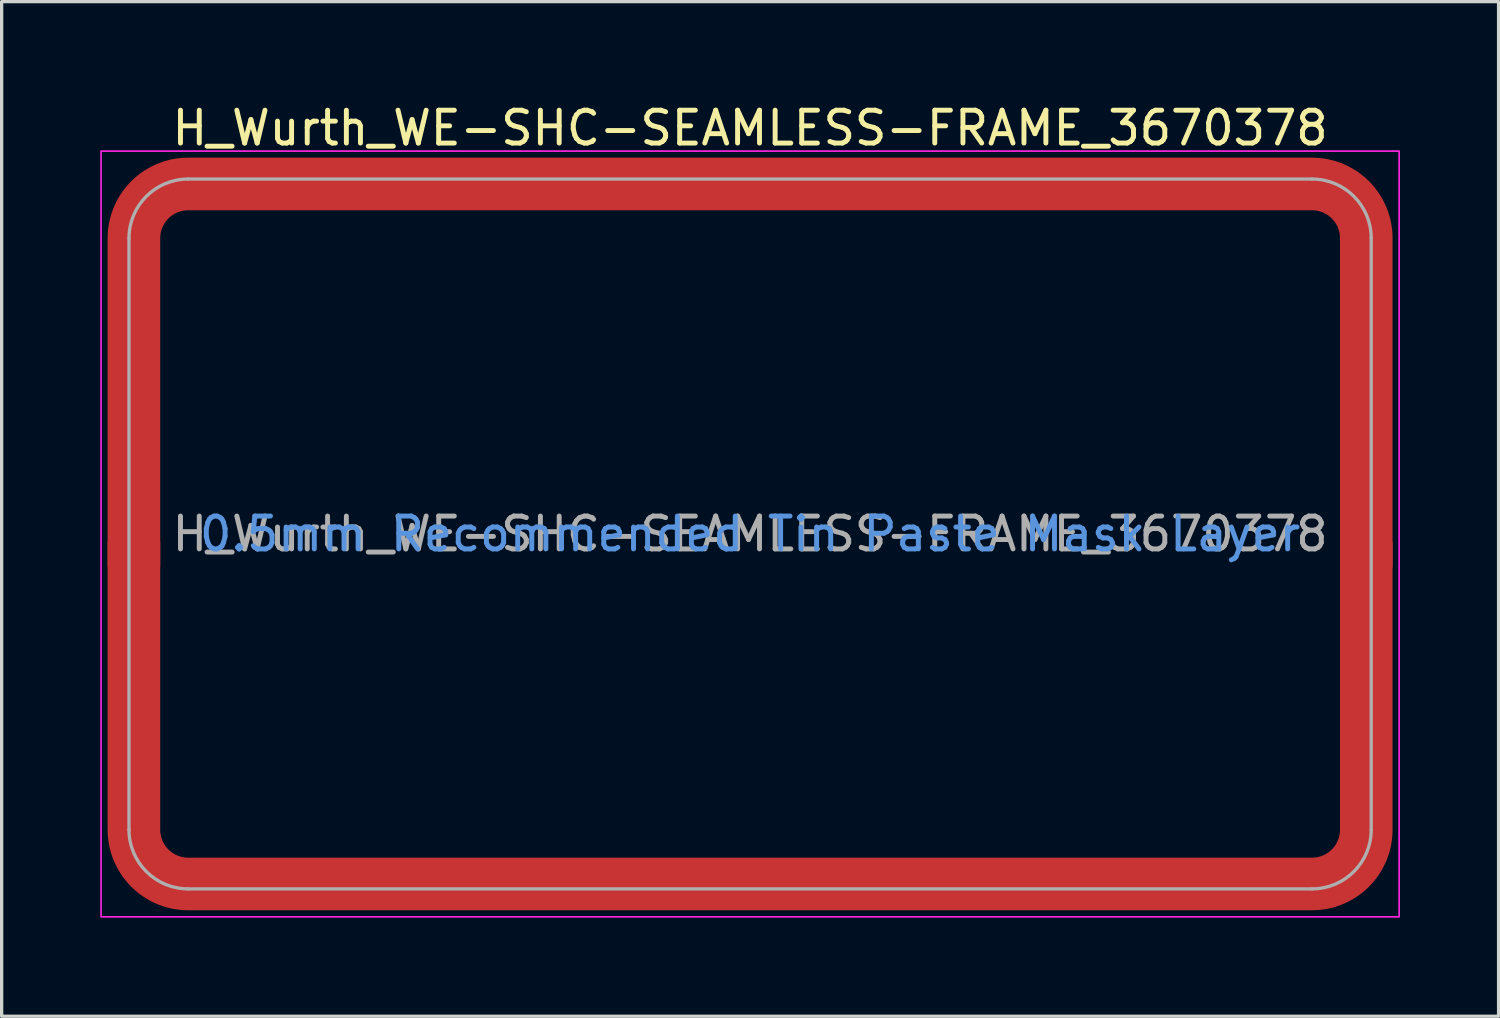
<source format=kicad_pcb>
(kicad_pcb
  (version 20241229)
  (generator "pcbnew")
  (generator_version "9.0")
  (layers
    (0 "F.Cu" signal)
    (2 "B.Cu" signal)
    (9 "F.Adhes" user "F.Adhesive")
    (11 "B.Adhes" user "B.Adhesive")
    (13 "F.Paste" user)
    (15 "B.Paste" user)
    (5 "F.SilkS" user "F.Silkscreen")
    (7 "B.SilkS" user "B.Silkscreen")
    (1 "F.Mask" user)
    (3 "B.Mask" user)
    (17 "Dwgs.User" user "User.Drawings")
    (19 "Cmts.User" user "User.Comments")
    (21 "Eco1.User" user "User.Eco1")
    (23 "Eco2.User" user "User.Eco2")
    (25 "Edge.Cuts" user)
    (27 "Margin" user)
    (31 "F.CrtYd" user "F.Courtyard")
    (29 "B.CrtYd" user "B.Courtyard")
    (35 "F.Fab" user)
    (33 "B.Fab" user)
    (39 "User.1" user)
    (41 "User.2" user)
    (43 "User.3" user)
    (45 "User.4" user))
  (footprint "H_Wurth_WE-SHC-SEAMLESS-FRAME_3670378"
    (layer "F.Cu")
    (at 19.775 13.198)
    (property "Reference" "H_Wurth_WE-SHC-SEAMLESS-FRAME_3670378" (at 0 -12.35 0) (unlocked yes) (layer "F.SilkS") (effects (font (size 1 1) (thickness 0.15))))
    (attr smd)
    (fp_poly (pts (xy 18 0.25) (xy 19.5 0.25) (xy 19.5 9) (xy 19.497 9.126) (xy 19.487 9.251) (xy 19.47 9.375) (xy 19.448 9.499) (xy 19.418 9.621) (xy 19.383 9.742) (xy 19.341 9.86) (xy 19.293 9.976) (xy 19.238 10.09) (xy 19.178 10.2) (xy 19.113 10.307) (xy 19.042 10.411) (xy 18.965 10.51) (xy 18.884 10.606) (xy 18.797 10.697) (xy 18.706 10.784) (xy 18.61 10.865) (xy 18.511 10.942) (xy 18.407 11.013) (xy 18.3 11.078) (xy 18.19 11.138) (xy 18.076 11.193) (xy 17.96 11.241) (xy 17.842 11.283) (xy 17.721 11.318) (xy 17.599 11.348) (xy 17.475 11.37) (xy 17.351 11.387) (xy 17.226 11.397) (xy 17.1 11.4) (xy -17.1 11.4) (xy -17.226 11.397) (xy -17.351 11.387) (xy -17.475 11.37) (xy -17.599 11.348) (xy -17.721 11.318) (xy -17.842 11.283) (xy -17.96 11.241) (xy -18.076 11.193) (xy -18.19 11.138) (xy -18.3 11.078) (xy -18.407 11.013) (xy -18.511 10.942) (xy -18.61 10.865) (xy -18.706 10.784) (xy -18.797 10.697) (xy -18.884 10.606) (xy -18.965 10.51) (xy -19.042 10.411) (xy -19.113 10.307) (xy -19.178 10.2) (xy -19.238 10.09) (xy -19.293 9.976) (xy -19.341 9.86) (xy -19.383 9.742) (xy -19.418 9.621) (xy -19.448 9.499) (xy -19.47 9.375) (xy -19.487 9.251) (xy -19.497 9.126) (xy -19.5 9) (xy -19.5 0.25) (xy -18 0.25) (xy -18 9) (xy -17.999 9.047) (xy -17.995 9.094) (xy -17.989 9.141) (xy -17.98 9.187) (xy -17.969 9.233) (xy -17.956 9.278) (xy -17.94 9.323) (xy -17.922 9.366) (xy -17.902 9.409) (xy -17.879 9.45) (xy -17.855 9.49) (xy -17.828 9.529) (xy -17.799 9.566) (xy -17.769 9.602) (xy -17.736 9.636) (xy -17.702 9.669) (xy -17.666 9.699) (xy -17.629 9.728) (xy -17.59 9.755) (xy -17.55 9.779) (xy -17.509 9.802) (xy -17.466 9.822) (xy -17.423 9.84) (xy -17.378 9.856) (xy -17.333 9.869) (xy -17.287 9.88) (xy -17.241 9.889) (xy -17.194 9.895) (xy -17.147 9.899) (xy -17.1 9.9) (xy 17.1 9.9) (xy 17.147 9.899) (xy 17.194 9.895) (xy 17.241 9.889) (xy 17.287 9.88) (xy 17.333 9.869) (xy 17.378 9.856) (xy 17.423 9.84) (xy 17.466 9.822) (xy 17.509 9.802) (xy 17.55 9.779) (xy 17.59 9.755) (xy 17.629 9.728) (xy 17.666 9.699) (xy 17.702 9.669) (xy 17.736 9.636) (xy 17.769 9.602) (xy 17.799 9.566) (xy 17.828 9.529) (xy 17.855 9.49) (xy 17.879 9.45) (xy 17.902 9.409) (xy 17.922 9.366) (xy 17.94 9.323) (xy 17.956 9.278) (xy 17.969 9.233) (xy 17.98 9.187) (xy 17.989 9.141) (xy 17.995 9.094) (xy 17.999 9.047) (xy 18 9) (xy 18 0.25)) (stroke (width 0.1) (type solid)) (fill yes) (layer "F.Cu"))
    (fp_poly (pts (xy 18 0.25) (xy 19.5 0.25) (xy 19.5 9) (xy 19.497 9.126) (xy 19.487 9.251) (xy 19.47 9.375) (xy 19.448 9.499) (xy 19.418 9.621) (xy 19.383 9.742) (xy 19.341 9.86) (xy 19.293 9.976) (xy 19.238 10.09) (xy 19.178 10.2) (xy 19.113 10.307) (xy 19.042 10.411) (xy 18.965 10.51) (xy 18.884 10.606) (xy 18.797 10.697) (xy 18.706 10.784) (xy 18.61 10.865) (xy 18.511 10.942) (xy 18.407 11.013) (xy 18.3 11.078) (xy 18.19 11.138) (xy 18.076 11.193) (xy 17.96 11.241) (xy 17.842 11.283) (xy 17.721 11.318) (xy 17.599 11.348) (xy 17.475 11.37) (xy 17.351 11.387) (xy 17.226 11.397) (xy 17.1 11.4) (xy -17.1 11.4) (xy -17.226 11.397) (xy -17.351 11.387) (xy -17.475 11.37) (xy -17.599 11.348) (xy -17.721 11.318) (xy -17.842 11.283) (xy -17.96 11.241) (xy -18.076 11.193) (xy -18.19 11.138) (xy -18.3 11.078) (xy -18.407 11.013) (xy -18.511 10.942) (xy -18.61 10.865) (xy -18.706 10.784) (xy -18.797 10.697) (xy -18.884 10.606) (xy -18.965 10.51) (xy -19.042 10.411) (xy -19.113 10.307) (xy -19.178 10.2) (xy -19.238 10.09) (xy -19.293 9.976) (xy -19.341 9.86) (xy -19.383 9.742) (xy -19.418 9.621) (xy -19.448 9.499) (xy -19.47 9.375) (xy -19.487 9.251) (xy -19.497 9.126) (xy -19.5 9) (xy -19.5 0.25) (xy -18 0.25) (xy -18 9) (xy -17.999 9.047) (xy -17.995 9.094) (xy -17.989 9.141) (xy -17.98 9.187) (xy -17.969 9.233) (xy -17.956 9.278) (xy -17.94 9.323) (xy -17.922 9.366) (xy -17.902 9.409) (xy -17.879 9.45) (xy -17.855 9.49) (xy -17.828 9.529) (xy -17.799 9.566) (xy -17.769 9.602) (xy -17.736 9.636) (xy -17.702 9.669) (xy -17.666 9.699) (xy -17.629 9.728) (xy -17.59 9.755) (xy -17.55 9.779) (xy -17.509 9.802) (xy -17.466 9.822) (xy -17.423 9.84) (xy -17.378 9.856) (xy -17.333 9.869) (xy -17.287 9.88) (xy -17.241 9.889) (xy -17.194 9.895) (xy -17.147 9.899) (xy -17.1 9.9) (xy 17.1 9.9) (xy 17.147 9.899) (xy 17.194 9.895) (xy 17.241 9.889) (xy 17.287 9.88) (xy 17.333 9.869) (xy 17.378 9.856) (xy 17.423 9.84) (xy 17.466 9.822) (xy 17.509 9.802) (xy 17.55 9.779) (xy 17.59 9.755) (xy 17.629 9.728) (xy 17.666 9.699) (xy 17.702 9.669) (xy 17.736 9.636) (xy 17.769 9.602) (xy 17.799 9.566) (xy 17.828 9.529) (xy 17.855 9.49) (xy 17.879 9.45) (xy 17.902 9.409) (xy 17.922 9.366) (xy 17.94 9.323) (xy 17.956 9.278) (xy 17.969 9.233) (xy 17.98 9.187) (xy 17.989 9.141) (xy 17.995 9.094) (xy 17.999 9.047) (xy 18 9) (xy 18 0.25)) (stroke (width 0.1) (type solid)) (fill yes) (layer "F.Mask"))
    (fp_poly (pts (xy 18 0.25) (xy 19.5 0.25) (xy 19.5 9) (xy 19.497 9.126) (xy 19.487 9.251) (xy 19.47 9.375) (xy 19.448 9.499) (xy 19.418 9.621) (xy 19.383 9.742) (xy 19.341 9.86) (xy 19.293 9.976) (xy 19.238 10.09) (xy 19.178 10.2) (xy 19.113 10.307) (xy 19.042 10.411) (xy 18.965 10.51) (xy 18.884 10.606) (xy 18.797 10.697) (xy 18.706 10.784) (xy 18.61 10.865) (xy 18.511 10.942) (xy 18.407 11.013) (xy 18.3 11.078) (xy 18.19 11.138) (xy 18.076 11.193) (xy 17.96 11.241) (xy 17.842 11.283) (xy 17.721 11.318) (xy 17.599 11.348) (xy 17.475 11.37) (xy 17.351 11.387) (xy 17.226 11.397) (xy 17.1 11.4) (xy -17.1 11.4) (xy -17.226 11.397) (xy -17.351 11.387) (xy -17.475 11.37) (xy -17.599 11.348) (xy -17.721 11.318) (xy -17.842 11.283) (xy -17.96 11.241) (xy -18.076 11.193) (xy -18.19 11.138) (xy -18.3 11.078) (xy -18.407 11.013) (xy -18.511 10.942) (xy -18.61 10.865) (xy -18.706 10.784) (xy -18.797 10.697) (xy -18.884 10.606) (xy -18.965 10.51) (xy -19.042 10.411) (xy -19.113 10.307) (xy -19.178 10.2) (xy -19.238 10.09) (xy -19.293 9.976) (xy -19.341 9.86) (xy -19.383 9.742) (xy -19.418 9.621) (xy -19.448 9.499) (xy -19.47 9.375) (xy -19.487 9.251) (xy -19.497 9.126) (xy -19.5 9) (xy -19.5 0.25) (xy -18 0.25) (xy -18 9) (xy -17.999 9.047) (xy -17.995 9.094) (xy -17.989 9.141) (xy -17.98 9.187) (xy -17.969 9.233) (xy -17.956 9.278) (xy -17.94 9.323) (xy -17.922 9.366) (xy -17.902 9.409) (xy -17.879 9.45) (xy -17.855 9.49) (xy -17.828 9.529) (xy -17.799 9.566) (xy -17.769 9.602) (xy -17.736 9.636) (xy -17.702 9.669) (xy -17.666 9.699) (xy -17.629 9.728) (xy -17.59 9.755) (xy -17.55 9.779) (xy -17.509 9.802) (xy -17.466 9.822) (xy -17.423 9.84) (xy -17.378 9.856) (xy -17.333 9.869) (xy -17.287 9.88) (xy -17.241 9.889) (xy -17.194 9.895) (xy -17.147 9.899) (xy -17.1 9.9) (xy 17.1 9.9) (xy 17.147 9.899) (xy 17.194 9.895) (xy 17.241 9.889) (xy 17.287 9.88) (xy 17.333 9.869) (xy 17.378 9.856) (xy 17.423 9.84) (xy 17.466 9.822) (xy 17.509 9.802) (xy 17.55 9.779) (xy 17.59 9.755) (xy 17.629 9.728) (xy 17.666 9.699) (xy 17.702 9.669) (xy 17.736 9.636) (xy 17.769 9.602) (xy 17.799 9.566) (xy 17.828 9.529) (xy 17.855 9.49) (xy 17.879 9.45) (xy 17.902 9.409) (xy 17.922 9.366) (xy 17.94 9.323) (xy 17.956 9.278) (xy 17.969 9.233) (xy 17.98 9.187) (xy 17.989 9.141) (xy 17.995 9.094) (xy 17.999 9.047) (xy 18 9) (xy 18 0.25)) (stroke (width 0.1) (type solid)) (fill yes) (layer "F.Paste"))
    (fp_rect (start -19.75 -11.65) (end 19.75 11.65) (stroke (width 0.05) (type solid)) (fill no) (layer "F.CrtYd"))
    (fp_line (start -18.9 9) (end -18.9 -9) (stroke (width 0.1) (type solid)) (layer "F.Fab"))
    (fp_line (start -17.1 -10.8) (end 17.1 -10.8) (stroke (width 0.1) (type solid)) (layer "F.Fab"))
    (fp_line (start -17.1 10.8) (end 17.1 10.8) (stroke (width 0.1) (type solid)) (layer "F.Fab"))
    (fp_line (start 18.9 9) (end 18.9 -9) (stroke (width 0.1) (type solid)) (layer "F.Fab"))
    (fp_arc (start -18.9 -9) (mid -18.372792 -10.272792) (end -17.1 -10.8) (stroke (width 0.1) (type default)) (layer "F.Fab"))
    (fp_arc (start -17.1 10.8) (mid -18.372792 10.272792) (end -18.9 9) (stroke (width 0.1) (type default)) (layer "F.Fab"))
    (fp_arc (start 17.1 -10.8) (mid 18.372792 -10.272792) (end 18.9 -9) (stroke (width 0.1) (type default)) (layer "F.Fab"))
    (fp_arc (start 18.9 9) (mid 18.372792 10.272792) (end 17.1 10.8) (stroke (width 0.1) (type default)) (layer "F.Fab"))
    (fp_text user "0.5mm Recommended Tin Paste Mask Layer" (at 0 0 0) (unlocked yes) (layer "Cmts.User") (effects (font (size 1 1) (thickness 0.15))))
    (fp_text user "${REFERENCE}" (at 0 0 0) (unlocked yes) (layer "F.Fab") (effects (font (size 1 1) (thickness 0.15))))
    (pad "1" smd custom (at 18.75 0) (size 1.5 18) (layers "F.Cu" "F.Mask" "F.Paste") (options (anchor rect)) (primitives (gr_poly (pts (xy -36.75 1) (xy -38.25 1) (xy -38.25 -9) (xy -38.247 -9.126) (xy -38.237 -9.251) (xy -38.22 -9.375) (xy -38.198 -9.499) (xy -38.168 -9.621) (xy -38.133 -9.742) (xy -38.091 -9.86) (xy -38.043 -9.976) (xy -37.988 -10.09) (xy -37.928 -10.2) (xy -37.863 -10.307) (xy -37.792 -10.411) (xy -37.715 -10.51) (xy -37.634 -10.606) (xy -37.547 -10.697) (xy -37.456 -10.784) (xy -37.36 -10.865) (xy -37.261 -10.942) (xy -37.157 -11.013) (xy -37.05 -11.078) (xy -36.94 -11.138) (xy -36.826 -11.193) (xy -36.71 -11.241) (xy -36.592 -11.283) (xy -36.471 -11.318) (xy -36.349 -11.348) (xy -36.225 -11.37) (xy -36.101 -11.387) (xy -35.976 -11.397) (xy -35.85 -11.4) (xy -1.65 -11.4) (xy -1.524 -11.397) (xy -1.399 -11.387) (xy -1.275 -11.37) (xy -1.151 -11.348) (xy -1.029 -11.318) (xy -0.908 -11.283) (xy -0.79 -11.241) (xy -0.674 -11.193) (xy -0.56 -11.138) (xy -0.45 -11.078) (xy -0.343 -11.013) (xy -0.239 -10.942) (xy -0.14 -10.865) (xy -0.044 -10.784) (xy 0.047 -10.697) (xy 0.134 -10.606) (xy 0.215 -10.51) (xy 0.292 -10.411) (xy 0.363 -10.307) (xy 0.428 -10.2) (xy 0.488 -10.09) (xy 0.543 -9.976) (xy 0.591 -9.86) (xy 0.633 -9.742) (xy 0.668 -9.621) (xy 0.698 -9.499) (xy 0.72 -9.375) (xy 0.737 -9.251) (xy 0.747 -9.126) (xy 0.75 -9) (xy 0.75 1) (xy -0.75 1) (xy -0.75 -9) (xy -0.751 -9.047) (xy -0.755 -9.094) (xy -0.761 -9.141) (xy -0.77 -9.187) (xy -0.781 -9.233) (xy -0.794 -9.278) (xy -0.81 -9.323) (xy -0.828 -9.366) (xy -0.848 -9.409) (xy -0.871 -9.45) (xy -0.895 -9.49) (xy -0.922 -9.529) (xy -0.951 -9.566) (xy -0.981 -9.602) (xy -1.014 -9.636) (xy -1.048 -9.669) (xy -1.084 -9.699) (xy -1.121 -9.728) (xy -1.16 -9.755) (xy -1.2 -9.779) (xy -1.241 -9.802) (xy -1.284 -9.822) (xy -1.327 -9.84) (xy -1.372 -9.856) (xy -1.417 -9.869) (xy -1.463 -9.88) (xy -1.509 -9.889) (xy -1.556 -9.895) (xy -1.603 -9.899) (xy -1.65 -9.9) (xy -35.85 -9.9) (xy -35.897 -9.899) (xy -35.944 -9.895) (xy -35.991 -9.889) (xy -36.037 -9.88) (xy -36.083 -9.869) (xy -36.128 -9.856) (xy -36.173 -9.84) (xy -36.216 -9.822) (xy -36.259 -9.802) (xy -36.3 -9.779) (xy -36.34 -9.755) (xy -36.379 -9.728) (xy -36.416 -9.699) (xy -36.452 -9.669) (xy -36.486 -9.636) (xy -36.519 -9.602) (xy -36.549 -9.566) (xy -36.578 -9.529) (xy -36.605 -9.49) (xy -36.629 -9.45) (xy -36.652 -9.409) (xy -36.672 -9.366) (xy -36.69 -9.323) (xy -36.706 -9.278) (xy -36.719 -9.233) (xy -36.73 -9.187) (xy -36.739 -9.141) (xy -36.745 -9.094) (xy -36.749 -9.047) (xy -36.75 -9) (xy -36.75 1)) (width 0.1) (fill yes)))))
  (gr_rect
    (start -3 -3)
    (end 42.55 27.873)
    (stroke (width 0.1) (type default))
    (fill no)
    (layer "Edge.Cuts")))
</source>
